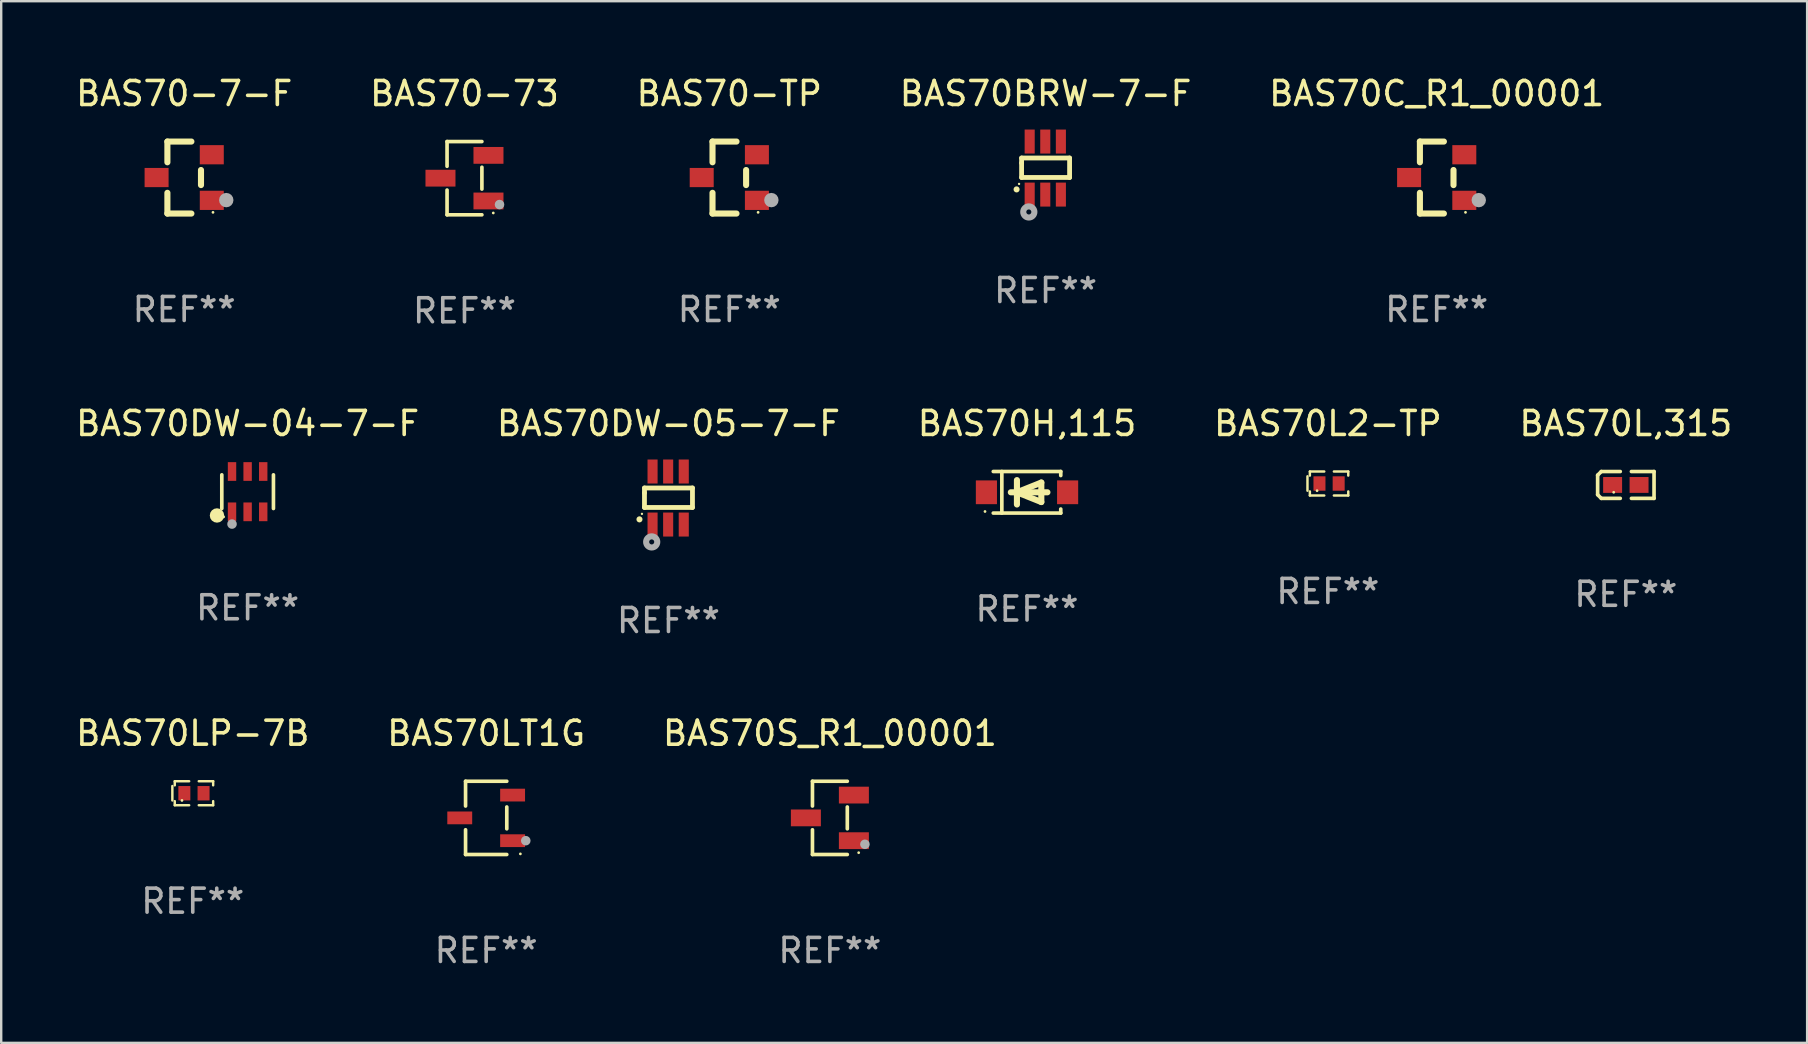
<source format=kicad_pcb>
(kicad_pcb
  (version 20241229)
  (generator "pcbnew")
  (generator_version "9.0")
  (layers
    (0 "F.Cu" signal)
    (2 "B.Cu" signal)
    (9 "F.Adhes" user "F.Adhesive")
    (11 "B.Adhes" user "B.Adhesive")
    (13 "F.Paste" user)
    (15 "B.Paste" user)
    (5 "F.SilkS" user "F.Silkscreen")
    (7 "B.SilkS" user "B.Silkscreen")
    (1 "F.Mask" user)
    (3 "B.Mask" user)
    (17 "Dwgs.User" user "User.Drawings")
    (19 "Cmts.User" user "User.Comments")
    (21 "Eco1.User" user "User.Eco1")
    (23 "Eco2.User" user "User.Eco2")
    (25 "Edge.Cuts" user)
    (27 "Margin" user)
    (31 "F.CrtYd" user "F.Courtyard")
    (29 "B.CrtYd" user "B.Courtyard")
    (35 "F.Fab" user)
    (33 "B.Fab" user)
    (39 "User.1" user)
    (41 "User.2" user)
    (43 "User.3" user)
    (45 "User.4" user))
  (footprint "BAS70BRW-7-F"
    (layer "F.Cu")
    (at 40.518 3.953)
    (property "Reference" "BAS70BRW-7-F" (at 0 -3.105 0) (layer "F.SilkS") (effects (font (size 1 1) (thickness 0.15))))
    (attr through_hole)
    (fp_line (start -1 -0.419) (end -1 -0.213) (stroke (width 0.2) (type solid)) (layer "F.SilkS"))
    (fp_line (start -1 -0.213) (end -1 0.393) (stroke (width 0.2) (type solid)) (layer "F.SilkS"))
    (fp_line (start -1 0.393) (end 1 0.393) (stroke (width 0.2) (type solid)) (layer "F.SilkS"))
    (fp_line (start 1 -0.419) (end -1 -0.419) (stroke (width 0.2) (type solid)) (layer "F.SilkS"))
    (fp_line (start 1 0.393) (end 1 -0.419) (stroke (width 0.2) (type solid)) (layer "F.SilkS"))
    (fp_arc (start -1.208509 0.890272) (mid -1.208515 0.889002) (end -1.208509 0.887732) (stroke (width 0.25) (type solid)) (layer "F.SilkS"))
    (fp_circle (center -1.105 0.66) (end -1.08 0.66) (stroke (width 0.05) (type solid)) (fill no) (layer "F.SilkS"))
    (fp_circle (center -0.699 1.829) (end -0.594 1.829) (stroke (width 0.254) (type solid)) (fill no) (layer "F.Fab"))
    (fp_text user "REF**" (at 0 5.105 0) (layer "F.Fab") (effects (font (size 1 1) (thickness 0.15))))
    (pad "1" smd rect (at -0.663 1.105) (size 0.42 1) (layers "F.Cu" "F.Mask" "F.Paste"))
    (pad "2" smd rect (at -0.013 1.105) (size 0.42 1) (layers "F.Cu" "F.Mask" "F.Paste"))
    (pad "3" smd rect (at 0.637 1.105) (size 0.42 1) (layers "F.Cu" "F.Mask" "F.Paste"))
    (pad "4" smd rect (at 0.637 -1.105 180) (size 0.42 1) (layers "F.Cu" "F.Mask" "F.Paste"))
    (pad "5" smd rect (at -0.013 -1.105 180) (size 0.42 1) (layers "F.Cu" "F.Mask" "F.Paste"))
    (pad "6" smd rect (at -0.663 -1.105 180) (size 0.42 1) (layers "F.Cu" "F.Mask" "F.Paste")))
  (footprint "BAS70H,115"
    (layer "F.Cu")
    (at 39.744 17.463)
    (property "Reference" "BAS70H,115" (at 0 -2.866 0) (layer "F.SilkS") (effects (font (size 1 1) (thickness 0.15))))
    (attr through_hole)
    (fp_line (start -1.406 -0.866) (end 1.406 -0.866) (stroke (width 0.152) (type solid)) (layer "F.SilkS"))
    (fp_line (start -1.406 0.866) (end 1.406 0.866) (stroke (width 0.152) (type solid)) (layer "F.SilkS"))
    (fp_line (start -1.049 -0.866) (end -1.049 0.866) (stroke (width 0.152) (type solid)) (layer "F.SilkS"))
    (fp_line (start -0.674 0) (end 0.85 0) (stroke (width 0.254) (type solid)) (layer "F.SilkS"))
    (fp_line (start -0.42 -0.508) (end -0.42 0.508) (stroke (width 0.254) (type solid)) (layer "F.SilkS"))
    (fp_line (start -0.42 0) (end 0.596 -0.406) (stroke (width 0.254) (type solid)) (layer "F.SilkS"))
    (fp_line (start 0.596 -0.406) (end 0.596 0.406) (stroke (width 0.254) (type solid)) (layer "F.SilkS"))
    (fp_line (start 0.596 0.406) (end -0.42 0) (stroke (width 0.254) (type solid)) (layer "F.SilkS"))
    (fp_line (start 1.406 -0.866) (end 1.406 -0.698) (stroke (width 0.152) (type solid)) (layer "F.SilkS"))
    (fp_line (start 1.406 0.866) (end 1.406 0.698) (stroke (width 0.152) (type solid)) (layer "F.SilkS"))
    (fp_circle (center -1.75 0.8) (end -1.72 0.8) (stroke (width 0.06) (type solid)) (fill no) (layer "F.SilkS"))
    (fp_text user "REF**" (at 0 4.866 0) (layer "F.Fab") (effects (font (size 1 1) (thickness 0.15))))
    (pad "1" smd rect (at -1.692 0) (size 0.88 0.99) (layers "F.Cu" "F.Mask" "F.Paste"))
    (pad "2" smd rect (at 1.692 0) (size 0.88 0.99) (layers "F.Cu" "F.Mask" "F.Paste")))
  (footprint "BAS70L2-TP"
    (layer "F.Cu")
    (at 52.28 17.097)
    (property "Reference" "BAS70L2-TP" (at 0 -2.5 0) (layer "F.SilkS") (effects (font (size 1 1) (thickness 0.15))))
    (attr through_hole)
    (fp_line (start -0.85 -0.3) (end -0.85 0.3) (stroke (width 0.102) (type solid)) (layer "F.SilkS"))
    (fp_line (start -0.75 -0.5) (end -0.75 -0.329) (stroke (width 0.102) (type solid)) (layer "F.SilkS"))
    (fp_line (start -0.75 0.329) (end -0.75 0.5) (stroke (width 0.102) (type solid)) (layer "F.SilkS"))
    (fp_line (start -0.75 0.5) (end -0.15 0.5) (stroke (width 0.102) (type solid)) (layer "F.SilkS"))
    (fp_line (start -0.15 -0.5) (end -0.75 -0.5) (stroke (width 0.102) (type solid)) (layer "F.SilkS"))
    (fp_line (start 0.25 -0.5) (end 0.85 -0.5) (stroke (width 0.102) (type solid)) (layer "F.SilkS"))
    (fp_line (start 0.85 -0.5) (end 0.85 -0.33) (stroke (width 0.102) (type solid)) (layer "F.SilkS"))
    (fp_line (start 0.85 0.33) (end 0.85 0.5) (stroke (width 0.102) (type solid)) (layer "F.SilkS"))
    (fp_line (start 0.85 0.5) (end 0.25 0.5) (stroke (width 0.102) (type solid)) (layer "F.SilkS"))
    (fp_circle (center -0.45 0.3) (end -0.42 0.3) (stroke (width 0.06) (type solid)) (fill no) (layer "F.SilkS"))
    (fp_text user "REF**" (at 0 4.5 0) (layer "F.Fab") (effects (font (size 1 1) (thickness 0.15))))
    (pad "1" smd rect (at -0.35 0) (size 0.5 0.6) (layers "F.Cu" "F.Mask" "F.Paste"))
    (pad "2" smd rect (at 0.45 0) (size 0.5 0.6) (layers "F.Cu" "F.Mask" "F.Paste")))
  (footprint "BAS70DW-04-7-F"
    (layer "F.Cu")
    (at 7.268 17.437)
    (property "Reference" "BAS70DW-04-7-F" (at 0 -2.84 0) (layer "F.SilkS") (effects (font (size 1 1) (thickness 0.15))))
    (attr through_hole)
    (fp_line (start -1.076 0.701) (end -1.076 -0.701) (stroke (width 0.152) (type solid)) (layer "F.SilkS"))
    (fp_line (start 1.076 0.701) (end 1.076 -0.701) (stroke (width 0.152) (type solid)) (layer "F.SilkS"))
    (fp_circle (center -1.277 0.992) (end -1.127 0.992) (stroke (width 0.3) (type solid)) (fill no) (layer "F.SilkS"))
    (fp_circle (center -1 1.05) (end -0.97 1.05) (stroke (width 0.06) (type solid)) (fill no) (layer "F.SilkS"))
    (fp_circle (center -0.65 1.35) (end -0.55 1.35) (stroke (width 0.2) (type solid)) (fill no) (layer "F.Fab"))
    (fp_text user "REF**" (at 0 4.84 0) (layer "F.Fab") (effects (font (size 1 1) (thickness 0.15))))
    (pad "1" smd rect (at -0.65 0.84) (size 0.35 0.78) (layers "F.Cu" "F.Mask" "F.Paste"))
    (pad "2" smd rect (at 0 0.84) (size 0.35 0.78) (layers "F.Cu" "F.Mask" "F.Paste"))
    (pad "3" smd rect (at 0.65 0.84) (size 0.35 0.78) (layers "F.Cu" "F.Mask" "F.Paste"))
    (pad "4" smd rect (at 0.65 -0.84) (size 0.35 0.78) (layers "F.Cu" "F.Mask" "F.Paste"))
    (pad "5" smd rect (at 0 -0.84) (size 0.35 0.78) (layers "F.Cu" "F.Mask" "F.Paste"))
    (pad "6" smd rect (at -0.65 -0.84) (size 0.35 0.78) (layers "F.Cu" "F.Mask" "F.Paste")))
  (footprint "BAS70DW-05-7-F"
    (layer "F.Cu")
    (at 24.804 17.702)
    (property "Reference" "BAS70DW-05-7-F" (at 0 -3.105 0) (layer "F.SilkS") (effects (font (size 1 1) (thickness 0.15))))
    (attr through_hole)
    (fp_line (start -1 -0.419) (end -1 -0.213) (stroke (width 0.2) (type solid)) (layer "F.SilkS"))
    (fp_line (start -1 -0.213) (end -1 0.393) (stroke (width 0.2) (type solid)) (layer "F.SilkS"))
    (fp_line (start -1 0.393) (end 1 0.393) (stroke (width 0.2) (type solid)) (layer "F.SilkS"))
    (fp_line (start 1 -0.419) (end -1 -0.419) (stroke (width 0.2) (type solid)) (layer "F.SilkS"))
    (fp_line (start 1 0.393) (end 1 -0.419) (stroke (width 0.2) (type solid)) (layer "F.SilkS"))
    (fp_arc (start -1.208509 0.890272) (mid -1.208515 0.889002) (end -1.208509 0.887732) (stroke (width 0.25) (type solid)) (layer "F.SilkS"))
    (fp_circle (center -1.105 0.66) (end -1.08 0.66) (stroke (width 0.05) (type solid)) (fill no) (layer "F.SilkS"))
    (fp_circle (center -0.699 1.829) (end -0.594 1.829) (stroke (width 0.254) (type solid)) (fill no) (layer "F.Fab"))
    (fp_text user "REF**" (at 0 5.105 0) (layer "F.Fab") (effects (font (size 1 1) (thickness 0.15))))
    (pad "1" smd rect (at -0.663 1.105) (size 0.42 1) (layers "F.Cu" "F.Mask" "F.Paste"))
    (pad "2" smd rect (at -0.013 1.105) (size 0.42 1) (layers "F.Cu" "F.Mask" "F.Paste"))
    (pad "3" smd rect (at 0.637 1.105) (size 0.42 1) (layers "F.Cu" "F.Mask" "F.Paste"))
    (pad "4" smd rect (at 0.637 -1.105 180) (size 0.42 1) (layers "F.Cu" "F.Mask" "F.Paste"))
    (pad "5" smd rect (at -0.013 -1.105 180) (size 0.42 1) (layers "F.Cu" "F.Mask" "F.Paste"))
    (pad "6" smd rect (at -0.663 -1.105 180) (size 0.42 1) (layers "F.Cu" "F.Mask" "F.Paste")))
  (footprint "BAS70LT1G"
    (layer "F.Cu")
    (at 17.208 31.03)
    (property "Reference" "BAS70LT1G" (at 0 -3.526 0) (layer "F.SilkS") (effects (font (size 1 1) (thickness 0.15))))
    (attr through_hole)
    (fp_line (start -0.859 -1.526) (end -0.859 -0.495) (stroke (width 0.152) (type solid)) (layer "F.SilkS"))
    (fp_line (start -0.859 1.526) (end -0.859 0.495) (stroke (width 0.152) (type solid)) (layer "F.SilkS"))
    (fp_line (start 0.859 -1.526) (end -0.859 -1.526) (stroke (width 0.152) (type solid)) (layer "F.SilkS"))
    (fp_line (start 0.859 -0.455) (end 0.859 0.455) (stroke (width 0.152) (type solid)) (layer "F.SilkS"))
    (fp_line (start 0.859 1.526) (end -0.859 1.526) (stroke (width 0.152) (type solid)) (layer "F.SilkS"))
    (fp_circle (center 1.425 1.5) (end 1.455 1.5) (stroke (width 0.06) (type solid)) (fill no) (layer "F.SilkS"))
    (fp_circle (center 1.65 0.95) (end 1.75 0.95) (stroke (width 0.2) (type solid)) (fill no) (layer "F.Fab"))
    (fp_text user "REF**" (at 0 5.526 0) (layer "F.Fab") (effects (font (size 1 1) (thickness 0.15))))
    (pad "1" smd rect (at 1.101 0.95) (size 1.037 0.532) (layers "F.Cu" "F.Mask" "F.Paste"))
    (pad "2" smd rect (at 1.101 -0.95) (size 1.037 0.532) (layers "F.Cu" "F.Mask" "F.Paste"))
    (pad "3" smd rect (at -1.101 0) (size 1.037 0.532) (layers "F.Cu" "F.Mask" "F.Paste")))
  (footprint "BAS70LP-7B"
    (layer "F.Cu")
    (at 4.982 30.003)
    (property "Reference" "BAS70LP-7B" (at 0 -2.5 0) (layer "F.SilkS") (effects (font (size 1 1) (thickness 0.15))))
    (attr through_hole)
    (fp_line (start -0.85 -0.3) (end -0.85 0.3) (stroke (width 0.102) (type solid)) (layer "F.SilkS"))
    (fp_line (start -0.75 -0.5) (end -0.75 -0.329) (stroke (width 0.102) (type solid)) (layer "F.SilkS"))
    (fp_line (start -0.75 0.329) (end -0.75 0.5) (stroke (width 0.102) (type solid)) (layer "F.SilkS"))
    (fp_line (start -0.75 0.5) (end -0.15 0.5) (stroke (width 0.102) (type solid)) (layer "F.SilkS"))
    (fp_line (start -0.15 -0.5) (end -0.75 -0.5) (stroke (width 0.102) (type solid)) (layer "F.SilkS"))
    (fp_line (start 0.25 -0.5) (end 0.85 -0.5) (stroke (width 0.102) (type solid)) (layer "F.SilkS"))
    (fp_line (start 0.85 -0.5) (end 0.85 -0.33) (stroke (width 0.102) (type solid)) (layer "F.SilkS"))
    (fp_line (start 0.85 0.33) (end 0.85 0.5) (stroke (width 0.102) (type solid)) (layer "F.SilkS"))
    (fp_line (start 0.85 0.5) (end 0.25 0.5) (stroke (width 0.102) (type solid)) (layer "F.SilkS"))
    (fp_circle (center -0.45 0.3) (end -0.42 0.3) (stroke (width 0.06) (type solid)) (fill no) (layer "F.SilkS"))
    (fp_text user "REF**" (at 0 4.5 0) (layer "F.Fab") (effects (font (size 1 1) (thickness 0.15))))
    (pad "1" smd rect (at -0.35 0) (size 0.5 0.6) (layers "F.Cu" "F.Mask" "F.Paste"))
    (pad "2" smd rect (at 0.45 0) (size 0.5 0.6) (layers "F.Cu" "F.Mask" "F.Paste")))
  (footprint "BAS70-TP"
    (layer "F.Cu")
    (at 27.339 4.348)
    (property "Reference" "BAS70-TP" (at 0 -3.5 0) (layer "F.SilkS") (effects (font (size 1 1) (thickness 0.15))))
    (attr through_hole)
    (fp_line (start -0.7 -1.5) (end 0.3 -1.5) (stroke (width 0.254) (type solid)) (layer "F.SilkS"))
    (fp_line (start -0.7 -0.636) (end -0.7 -1.5) (stroke (width 0.254) (type solid)) (layer "F.SilkS"))
    (fp_line (start -0.7 1.5) (end -0.7 0.636) (stroke (width 0.254) (type solid)) (layer "F.SilkS"))
    (fp_line (start -0.7 1.5) (end 0.3 1.5) (stroke (width 0.254) (type solid)) (layer "F.SilkS"))
    (fp_line (start 0.7 0.314) (end 0.7 -0.314) (stroke (width 0.254) (type solid)) (layer "F.SilkS"))
    (fp_circle (center 1.2 1.45) (end 1.23 1.45) (stroke (width 0.06) (type solid)) (fill no) (layer "F.SilkS"))
    (fp_circle (center 1.753 0.94) (end 1.903 0.94) (stroke (width 0.3) (type solid)) (fill no) (layer "F.Fab"))
    (fp_text user "REF**" (at 0 5.5 0) (layer "F.Fab") (effects (font (size 1 1) (thickness 0.15))))
    (pad "1" smd rect (at 1.15 0.95 180) (size 1 0.8) (layers "F.Cu" "F.Mask" "F.Paste"))
    (pad "2" smd rect (at 1.15 -0.95 180) (size 1 0.8) (layers "F.Cu" "F.Mask" "F.Paste"))
    (pad "3" smd rect (at -1.15 -0.000051 180) (size 1 0.8) (layers "F.Cu" "F.Mask" "F.Paste")))
  (footprint "BAS70S_R1_00001"
    (layer "F.Cu")
    (at 31.53 31.03)
    (property "Reference" "BAS70S_R1_00001" (at 0 -3.526 0) (layer "F.SilkS") (effects (font (size 1 1) (thickness 0.15))))
    (attr through_hole)
    (fp_line (start -0.726 -1.526) (end -0.726 -0.495) (stroke (width 0.152) (type solid)) (layer "F.SilkS"))
    (fp_line (start -0.726 1.526) (end -0.726 0.495) (stroke (width 0.152) (type solid)) (layer "F.SilkS"))
    (fp_line (start 0.726 -1.526) (end -0.726 -1.526) (stroke (width 0.152) (type solid)) (layer "F.SilkS"))
    (fp_line (start 0.726 -0.455) (end 0.726 0.455) (stroke (width 0.152) (type solid)) (layer "F.SilkS"))
    (fp_line (start 0.726 1.526) (end -0.726 1.526) (stroke (width 0.152) (type solid)) (layer "F.SilkS"))
    (fp_circle (center 1.2 1.45) (end 1.23 1.45) (stroke (width 0.06) (type solid)) (fill no) (layer "F.SilkS"))
    (fp_circle (center 1.46 1.1) (end 1.56 1.1) (stroke (width 0.2) (type solid)) (fill no) (layer "F.Fab"))
    (fp_text user "REF**" (at 0 5.526 0) (layer "F.Fab") (effects (font (size 1 1) (thickness 0.15))))
    (pad "1" smd rect (at 1 0.95) (size 1.25 0.7) (layers "F.Cu" "F.Mask" "F.Paste"))
    (pad "2" smd rect (at 1 -0.95) (size 1.25 0.7) (layers "F.Cu" "F.Mask" "F.Paste"))
    (pad "3" smd rect (at -1 0) (size 1.25 0.7) (layers "F.Cu" "F.Mask" "F.Paste")))
  (footprint "BAS70-7-F"
    (layer "F.Cu")
    (at 4.625 4.348)
    (property "Reference" "BAS70-7-F" (at 0 -3.5 0) (layer "F.SilkS") (effects (font (size 1 1) (thickness 0.15))))
    (attr through_hole)
    (fp_line (start -0.7 -1.5) (end 0.3 -1.5) (stroke (width 0.254) (type solid)) (layer "F.SilkS"))
    (fp_line (start -0.7 -0.636) (end -0.7 -1.5) (stroke (width 0.254) (type solid)) (layer "F.SilkS"))
    (fp_line (start -0.7 1.5) (end -0.7 0.636) (stroke (width 0.254) (type solid)) (layer "F.SilkS"))
    (fp_line (start -0.7 1.5) (end 0.3 1.5) (stroke (width 0.254) (type solid)) (layer "F.SilkS"))
    (fp_line (start 0.7 0.314) (end 0.7 -0.314) (stroke (width 0.254) (type solid)) (layer "F.SilkS"))
    (fp_circle (center 1.2 1.45) (end 1.23 1.45) (stroke (width 0.06) (type solid)) (fill no) (layer "F.SilkS"))
    (fp_circle (center 1.753 0.94) (end 1.903 0.94) (stroke (width 0.3) (type solid)) (fill no) (layer "F.Fab"))
    (fp_text user "REF**" (at 0 5.5 0) (layer "F.Fab") (effects (font (size 1 1) (thickness 0.15))))
    (pad "1" smd rect (at 1.15 0.95 180) (size 1 0.8) (layers "F.Cu" "F.Mask" "F.Paste"))
    (pad "2" smd rect (at 1.15 -0.95 180) (size 1 0.8) (layers "F.Cu" "F.Mask" "F.Paste"))
    (pad "3" smd rect (at -1.15 -0.000051 180) (size 1 0.8) (layers "F.Cu" "F.Mask" "F.Paste")))
  (footprint "BAS70L,315"
    (layer "F.Cu")
    (at 64.696 17.157)
    (property "Reference" "BAS70L,315" (at 0 -2.559 0) (layer "F.SilkS") (effects (font (size 1 1) (thickness 0.15))))
    (attr through_hole)
    (fp_line (start -1.175 -0.407) (end -1.023 -0.559) (stroke (width 0.152) (type solid)) (layer "F.SilkS"))
    (fp_line (start -1.175 0.407) (end -1.175 -0.407) (stroke (width 0.152) (type solid)) (layer "F.SilkS"))
    (fp_line (start -1.023 -0.559) (end -0.232 -0.559) (stroke (width 0.152) (type solid)) (layer "F.SilkS"))
    (fp_line (start -1.023 0.559) (end -1.175 0.407) (stroke (width 0.152) (type solid)) (layer "F.SilkS"))
    (fp_line (start -0.232 0.559) (end -1.023 0.559) (stroke (width 0.152) (type solid)) (layer "F.SilkS"))
    (fp_line (start 0.232 0.559) (end 1.175 0.559) (stroke (width 0.152) (type solid)) (layer "F.SilkS"))
    (fp_line (start 1.175 -0.559) (end 0.232 -0.559) (stroke (width 0.152) (type solid)) (layer "F.SilkS"))
    (fp_line (start 1.175 0.559) (end 1.175 -0.559) (stroke (width 0.152) (type solid)) (layer "F.SilkS"))
    (fp_circle (center -0.506 0.306) (end -0.476 0.306) (stroke (width 0.06) (type solid)) (fill no) (layer "F.SilkS"))
    (fp_text user "REF**" (at 0 4.559 0) (layer "F.Fab") (effects (font (size 1 1) (thickness 0.15))))
    (pad "1" smd rect (at -0.551 0) (size 0.79 0.661) (layers "F.Cu" "F.Mask" "F.Paste"))
    (pad "2" smd rect (at 0.551 0) (size 0.79 0.661) (layers "F.Cu" "F.Mask" "F.Paste")))
  (footprint "BAS70-73"
    (layer "F.Cu")
    (at 16.304 4.374)
    (property "Reference" "BAS70-73" (at 0 -3.526 0) (layer "F.SilkS") (effects (font (size 1 1) (thickness 0.15))))
    (attr through_hole)
    (fp_line (start -0.726 -1.526) (end -0.726 -0.495) (stroke (width 0.152) (type solid)) (layer "F.SilkS"))
    (fp_line (start -0.726 1.526) (end -0.726 0.495) (stroke (width 0.152) (type solid)) (layer "F.SilkS"))
    (fp_line (start 0.726 -1.526) (end -0.726 -1.526) (stroke (width 0.152) (type solid)) (layer "F.SilkS"))
    (fp_line (start 0.726 -0.455) (end 0.726 0.455) (stroke (width 0.152) (type solid)) (layer "F.SilkS"))
    (fp_line (start 0.726 1.526) (end -0.726 1.526) (stroke (width 0.152) (type solid)) (layer "F.SilkS"))
    (fp_circle (center 1.2 1.45) (end 1.23 1.45) (stroke (width 0.06) (type solid)) (fill no) (layer "F.SilkS"))
    (fp_circle (center 1.46 1.1) (end 1.56 1.1) (stroke (width 0.2) (type solid)) (fill no) (layer "F.Fab"))
    (fp_text user "REF**" (at 0 5.526 0) (layer "F.Fab") (effects (font (size 1 1) (thickness 0.15))))
    (pad "1" smd rect (at 1 0.95) (size 1.25 0.7) (layers "F.Cu" "F.Mask" "F.Paste"))
    (pad "2" smd rect (at 1 -0.95) (size 1.25 0.7) (layers "F.Cu" "F.Mask" "F.Paste"))
    (pad "3" smd rect (at -1 0) (size 1.25 0.7) (layers "F.Cu" "F.Mask" "F.Paste")))
  (footprint "BAS70C_R1_00001"
    (layer "F.Cu")
    (at 56.815 4.348)
    (property "Reference" "BAS70C_R1_00001" (at 0 -3.5 0) (layer "F.SilkS") (effects (font (size 1 1) (thickness 0.15))))
    (attr through_hole)
    (fp_line (start -0.7 -1.5) (end 0.3 -1.5) (stroke (width 0.254) (type solid)) (layer "F.SilkS"))
    (fp_line (start -0.7 -0.636) (end -0.7 -1.5) (stroke (width 0.254) (type solid)) (layer "F.SilkS"))
    (fp_line (start -0.7 1.5) (end -0.7 0.636) (stroke (width 0.254) (type solid)) (layer "F.SilkS"))
    (fp_line (start -0.7 1.5) (end 0.3 1.5) (stroke (width 0.254) (type solid)) (layer "F.SilkS"))
    (fp_line (start 0.7 0.314) (end 0.7 -0.314) (stroke (width 0.254) (type solid)) (layer "F.SilkS"))
    (fp_circle (center 1.2 1.45) (end 1.23 1.45) (stroke (width 0.06) (type solid)) (fill no) (layer "F.SilkS"))
    (fp_circle (center 1.753 0.94) (end 1.903 0.94) (stroke (width 0.3) (type solid)) (fill no) (layer "F.Fab"))
    (fp_text user "REF**" (at 0 5.5 0) (layer "F.Fab") (effects (font (size 1 1) (thickness 0.15))))
    (pad "1" smd rect (at 1.15 0.95 180) (size 1 0.8) (layers "F.Cu" "F.Mask" "F.Paste"))
    (pad "2" smd rect (at 1.15 -0.95 180) (size 1 0.8) (layers "F.Cu" "F.Mask" "F.Paste"))
    (pad "3" smd rect (at -1.15 -0.000051 180) (size 1 0.8) (layers "F.Cu" "F.Mask" "F.Paste")))
  (gr_rect
    (start -3 -3)
    (end 72.25 40.404)
    (stroke (width 0.1) (type default))
    (fill no)
    (layer "Edge.Cuts")))
</source>
